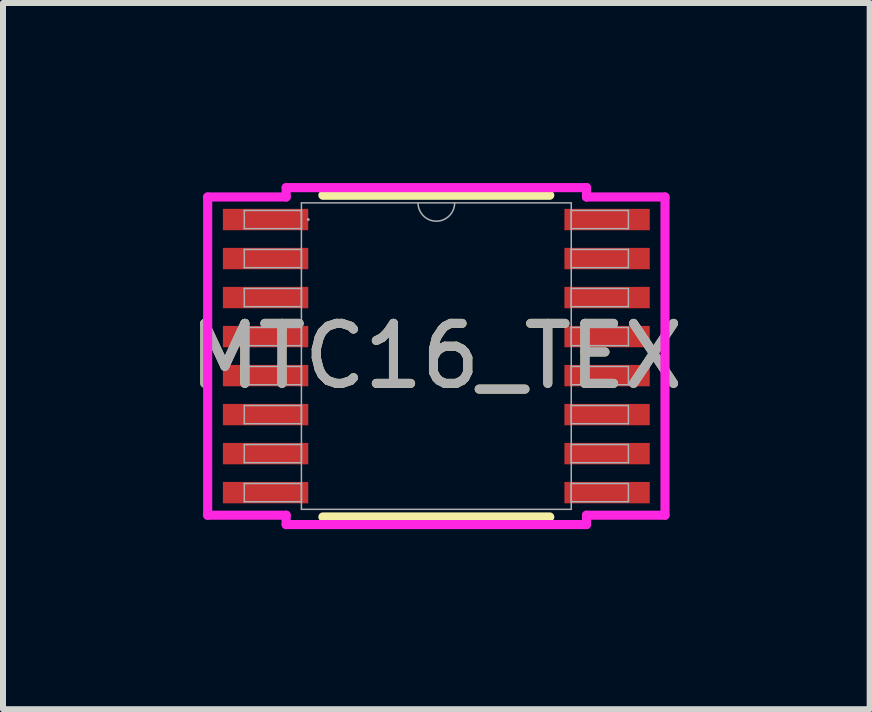
<source format=kicad_pcb>
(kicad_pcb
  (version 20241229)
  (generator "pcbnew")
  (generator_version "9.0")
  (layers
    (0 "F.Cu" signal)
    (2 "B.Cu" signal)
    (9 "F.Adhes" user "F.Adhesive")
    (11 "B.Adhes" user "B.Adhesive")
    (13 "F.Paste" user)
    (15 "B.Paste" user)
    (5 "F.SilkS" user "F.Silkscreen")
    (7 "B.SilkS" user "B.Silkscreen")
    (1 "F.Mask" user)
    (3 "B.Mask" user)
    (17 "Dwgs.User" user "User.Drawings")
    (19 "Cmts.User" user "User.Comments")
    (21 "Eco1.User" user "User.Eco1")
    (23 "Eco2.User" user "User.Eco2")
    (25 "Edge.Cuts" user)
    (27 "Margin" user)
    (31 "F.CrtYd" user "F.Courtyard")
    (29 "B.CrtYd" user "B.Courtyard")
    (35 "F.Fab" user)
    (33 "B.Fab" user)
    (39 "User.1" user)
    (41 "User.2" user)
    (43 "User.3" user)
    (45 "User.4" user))
  (footprint "MTC16_TEX"
    (layer "F.Cu")
    (at 4.22 2.883)
    (property "Reference" "MTC16_TEX" (at 0 0 0) (unlocked yes) (layer "F.SilkS") (effects (font (size 1 1) (thickness 0.15))))
    (attr smd)
    (fp_line (start -1.89 2.68) (end 1.89 2.68) (stroke (width 0.152) (type solid)) (layer "F.SilkS"))
    (fp_line (start 1.89 -2.68) (end -1.89 -2.68) (stroke (width 0.152) (type solid)) (layer "F.SilkS"))
    (fp_line (start -3.81 -2.651) (end -2.502 -2.651) (stroke (width 0.152) (type solid)) (layer "F.CrtYd"))
    (fp_line (start -3.81 2.651) (end -3.81 -2.651) (stroke (width 0.152) (type solid)) (layer "F.CrtYd"))
    (fp_line (start -3.81 2.651) (end -2.502 2.651) (stroke (width 0.152) (type solid)) (layer "F.CrtYd"))
    (fp_line (start -2.502 -2.807) (end 2.502 -2.807) (stroke (width 0.152) (type solid)) (layer "F.CrtYd"))
    (fp_line (start -2.502 -2.651) (end -2.502 -2.807) (stroke (width 0.152) (type solid)) (layer "F.CrtYd"))
    (fp_line (start -2.502 2.807) (end -2.502 2.651) (stroke (width 0.152) (type solid)) (layer "F.CrtYd"))
    (fp_line (start 2.502 -2.807) (end 2.502 -2.651) (stroke (width 0.152) (type solid)) (layer "F.CrtYd"))
    (fp_line (start 2.502 2.651) (end 2.502 2.807) (stroke (width 0.152) (type solid)) (layer "F.CrtYd"))
    (fp_line (start 2.502 2.807) (end -2.502 2.807) (stroke (width 0.152) (type solid)) (layer "F.CrtYd"))
    (fp_line (start 3.81 -2.651) (end 2.502 -2.651) (stroke (width 0.152) (type solid)) (layer "F.CrtYd"))
    (fp_line (start 3.81 -2.651) (end 3.81 2.651) (stroke (width 0.152) (type solid)) (layer "F.CrtYd"))
    (fp_line (start 3.81 2.651) (end 2.502 2.651) (stroke (width 0.152) (type solid)) (layer "F.CrtYd"))
    (fp_line (start -3.2 -2.427) (end -3.2 -2.123) (stroke (width 0.025) (type solid)) (layer "F.Fab"))
    (fp_line (start -3.2 -2.123) (end -2.248 -2.123) (stroke (width 0.025) (type solid)) (layer "F.Fab"))
    (fp_line (start -3.2 -1.777) (end -3.2 -1.473) (stroke (width 0.025) (type solid)) (layer "F.Fab"))
    (fp_line (start -3.2 -1.473) (end -2.248 -1.473) (stroke (width 0.025) (type solid)) (layer "F.Fab"))
    (fp_line (start -3.2 -1.127) (end -3.2 -0.823) (stroke (width 0.025) (type solid)) (layer "F.Fab"))
    (fp_line (start -3.2 -0.823) (end -2.248 -0.823) (stroke (width 0.025) (type solid)) (layer "F.Fab"))
    (fp_line (start -3.2 -0.477) (end -3.2 -0.173) (stroke (width 0.025) (type solid)) (layer "F.Fab"))
    (fp_line (start -3.2 -0.173) (end -2.248 -0.173) (stroke (width 0.025) (type solid)) (layer "F.Fab"))
    (fp_line (start -3.2 0.173) (end -3.2 0.477) (stroke (width 0.025) (type solid)) (layer "F.Fab"))
    (fp_line (start -3.2 0.477) (end -2.248 0.477) (stroke (width 0.025) (type solid)) (layer "F.Fab"))
    (fp_line (start -3.2 0.823) (end -3.2 1.127) (stroke (width 0.025) (type solid)) (layer "F.Fab"))
    (fp_line (start -3.2 1.127) (end -2.248 1.127) (stroke (width 0.025) (type solid)) (layer "F.Fab"))
    (fp_line (start -3.2 1.473) (end -3.2 1.777) (stroke (width 0.025) (type solid)) (layer "F.Fab"))
    (fp_line (start -3.2 1.777) (end -2.248 1.777) (stroke (width 0.025) (type solid)) (layer "F.Fab"))
    (fp_line (start -3.2 2.123) (end -3.2 2.427) (stroke (width 0.025) (type solid)) (layer "F.Fab"))
    (fp_line (start -3.2 2.427) (end -2.248 2.427) (stroke (width 0.025) (type solid)) (layer "F.Fab"))
    (fp_line (start -2.248 -2.553) (end -2.248 2.553) (stroke (width 0.025) (type solid)) (layer "F.Fab"))
    (fp_line (start -2.248 -2.427) (end -3.2 -2.427) (stroke (width 0.025) (type solid)) (layer "F.Fab"))
    (fp_line (start -2.248 -2.123) (end -2.248 -2.427) (stroke (width 0.025) (type solid)) (layer "F.Fab"))
    (fp_line (start -2.248 -1.777) (end -3.2 -1.777) (stroke (width 0.025) (type solid)) (layer "F.Fab"))
    (fp_line (start -2.248 -1.473) (end -2.248 -1.777) (stroke (width 0.025) (type solid)) (layer "F.Fab"))
    (fp_line (start -2.248 -1.127) (end -3.2 -1.127) (stroke (width 0.025) (type solid)) (layer "F.Fab"))
    (fp_line (start -2.248 -0.823) (end -2.248 -1.127) (stroke (width 0.025) (type solid)) (layer "F.Fab"))
    (fp_line (start -2.248 -0.477) (end -3.2 -0.477) (stroke (width 0.025) (type solid)) (layer "F.Fab"))
    (fp_line (start -2.248 -0.173) (end -2.248 -0.477) (stroke (width 0.025) (type solid)) (layer "F.Fab"))
    (fp_line (start -2.248 0.173) (end -3.2 0.173) (stroke (width 0.025) (type solid)) (layer "F.Fab"))
    (fp_line (start -2.248 0.477) (end -2.248 0.173) (stroke (width 0.025) (type solid)) (layer "F.Fab"))
    (fp_line (start -2.248 0.823) (end -3.2 0.823) (stroke (width 0.025) (type solid)) (layer "F.Fab"))
    (fp_line (start -2.248 1.127) (end -2.248 0.823) (stroke (width 0.025) (type solid)) (layer "F.Fab"))
    (fp_line (start -2.248 1.473) (end -3.2 1.473) (stroke (width 0.025) (type solid)) (layer "F.Fab"))
    (fp_line (start -2.248 1.777) (end -2.248 1.473) (stroke (width 0.025) (type solid)) (layer "F.Fab"))
    (fp_line (start -2.248 2.123) (end -3.2 2.123) (stroke (width 0.025) (type solid)) (layer "F.Fab"))
    (fp_line (start -2.248 2.427) (end -2.248 2.123) (stroke (width 0.025) (type solid)) (layer "F.Fab"))
    (fp_line (start -2.248 2.553) (end 2.248 2.553) (stroke (width 0.025) (type solid)) (layer "F.Fab"))
    (fp_line (start 2.248 -2.553) (end -2.248 -2.553) (stroke (width 0.025) (type solid)) (layer "F.Fab"))
    (fp_line (start 2.248 -2.427) (end 2.248 -2.123) (stroke (width 0.025) (type solid)) (layer "F.Fab"))
    (fp_line (start 2.248 -2.123) (end 3.2 -2.123) (stroke (width 0.025) (type solid)) (layer "F.Fab"))
    (fp_line (start 2.248 -1.777) (end 2.248 -1.473) (stroke (width 0.025) (type solid)) (layer "F.Fab"))
    (fp_line (start 2.248 -1.473) (end 3.2 -1.473) (stroke (width 0.025) (type solid)) (layer "F.Fab"))
    (fp_line (start 2.248 -1.127) (end 2.248 -0.823) (stroke (width 0.025) (type solid)) (layer "F.Fab"))
    (fp_line (start 2.248 -0.823) (end 3.2 -0.823) (stroke (width 0.025) (type solid)) (layer "F.Fab"))
    (fp_line (start 2.248 -0.477) (end 2.248 -0.173) (stroke (width 0.025) (type solid)) (layer "F.Fab"))
    (fp_line (start 2.248 -0.173) (end 3.2 -0.173) (stroke (width 0.025) (type solid)) (layer "F.Fab"))
    (fp_line (start 2.248 0.173) (end 2.248 0.477) (stroke (width 0.025) (type solid)) (layer "F.Fab"))
    (fp_line (start 2.248 0.477) (end 3.2 0.477) (stroke (width 0.025) (type solid)) (layer "F.Fab"))
    (fp_line (start 2.248 0.823) (end 2.248 1.127) (stroke (width 0.025) (type solid)) (layer "F.Fab"))
    (fp_line (start 2.248 1.127) (end 3.2 1.127) (stroke (width 0.025) (type solid)) (layer "F.Fab"))
    (fp_line (start 2.248 1.473) (end 2.248 1.777) (stroke (width 0.025) (type solid)) (layer "F.Fab"))
    (fp_line (start 2.248 1.777) (end 3.2 1.777) (stroke (width 0.025) (type solid)) (layer "F.Fab"))
    (fp_line (start 2.248 2.123) (end 2.248 2.427) (stroke (width 0.025) (type solid)) (layer "F.Fab"))
    (fp_line (start 2.248 2.427) (end 3.2 2.427) (stroke (width 0.025) (type solid)) (layer "F.Fab"))
    (fp_line (start 2.248 2.553) (end 2.248 -2.553) (stroke (width 0.025) (type solid)) (layer "F.Fab"))
    (fp_line (start 3.2 -2.427) (end 2.248 -2.427) (stroke (width 0.025) (type solid)) (layer "F.Fab"))
    (fp_line (start 3.2 -2.123) (end 3.2 -2.427) (stroke (width 0.025) (type solid)) (layer "F.Fab"))
    (fp_line (start 3.2 -1.777) (end 2.248 -1.777) (stroke (width 0.025) (type solid)) (layer "F.Fab"))
    (fp_line (start 3.2 -1.473) (end 3.2 -1.777) (stroke (width 0.025) (type solid)) (layer "F.Fab"))
    (fp_line (start 3.2 -1.127) (end 2.248 -1.127) (stroke (width 0.025) (type solid)) (layer "F.Fab"))
    (fp_line (start 3.2 -0.823) (end 3.2 -1.127) (stroke (width 0.025) (type solid)) (layer "F.Fab"))
    (fp_line (start 3.2 -0.477) (end 2.248 -0.477) (stroke (width 0.025) (type solid)) (layer "F.Fab"))
    (fp_line (start 3.2 -0.173) (end 3.2 -0.477) (stroke (width 0.025) (type solid)) (layer "F.Fab"))
    (fp_line (start 3.2 0.173) (end 2.248 0.173) (stroke (width 0.025) (type solid)) (layer "F.Fab"))
    (fp_line (start 3.2 0.477) (end 3.2 0.173) (stroke (width 0.025) (type solid)) (layer "F.Fab"))
    (fp_line (start 3.2 0.823) (end 2.248 0.823) (stroke (width 0.025) (type solid)) (layer "F.Fab"))
    (fp_line (start 3.2 1.127) (end 3.2 0.823) (stroke (width 0.025) (type solid)) (layer "F.Fab"))
    (fp_line (start 3.2 1.473) (end 2.248 1.473) (stroke (width 0.025) (type solid)) (layer "F.Fab"))
    (fp_line (start 3.2 1.777) (end 3.2 1.473) (stroke (width 0.025) (type solid)) (layer "F.Fab"))
    (fp_line (start 3.2 2.123) (end 2.248 2.123) (stroke (width 0.025) (type solid)) (layer "F.Fab"))
    (fp_line (start 3.2 2.427) (end 3.2 2.123) (stroke (width 0.025) (type solid)) (layer "F.Fab"))
    (fp_arc (start 0.3048 -2.5527) (mid 0 -2.2479) (end -0.3048 -2.5527) (stroke (width 0.0254) (type solid)) (layer "F.Fab"))
    (fp_circle (center -2.134 -2.275) (end -2.134 -2.275) (stroke (width 0.025) (type solid)) (fill no) (layer "F.Fab"))
    (fp_text user "${REFERENCE}" (at 0 0 0) (unlocked yes) (layer "F.Fab") (effects (font (size 1 1) (thickness 0.15))))
    (pad "1" smd rect (at -2.845 -2.275) (size 1.422 0.356) (layers "F.Cu" "F.Mask" "F.Paste"))
    (pad "2" smd rect (at -2.845 -1.625) (size 1.422 0.356) (layers "F.Cu" "F.Mask" "F.Paste"))
    (pad "3" smd rect (at -2.845 -0.975) (size 1.422 0.356) (layers "F.Cu" "F.Mask" "F.Paste"))
    (pad "4" smd rect (at -2.845 -0.325) (size 1.422 0.356) (layers "F.Cu" "F.Mask" "F.Paste"))
    (pad "5" smd rect (at -2.845 0.325) (size 1.422 0.356) (layers "F.Cu" "F.Mask" "F.Paste"))
    (pad "6" smd rect (at -2.845 0.975) (size 1.422 0.356) (layers "F.Cu" "F.Mask" "F.Paste"))
    (pad "7" smd rect (at -2.845 1.625) (size 1.422 0.356) (layers "F.Cu" "F.Mask" "F.Paste"))
    (pad "8" smd rect (at -2.845 2.275) (size 1.422 0.356) (layers "F.Cu" "F.Mask" "F.Paste"))
    (pad "9" smd rect (at 2.845 2.275) (size 1.422 0.356) (layers "F.Cu" "F.Mask" "F.Paste"))
    (pad "10" smd rect (at 2.845 1.625) (size 1.422 0.356) (layers "F.Cu" "F.Mask" "F.Paste"))
    (pad "11" smd rect (at 2.845 0.975) (size 1.422 0.356) (layers "F.Cu" "F.Mask" "F.Paste"))
    (pad "12" smd rect (at 2.845 0.325) (size 1.422 0.356) (layers "F.Cu" "F.Mask" "F.Paste"))
    (pad "13" smd rect (at 2.845 -0.325) (size 1.422 0.356) (layers "F.Cu" "F.Mask" "F.Paste"))
    (pad "14" smd rect (at 2.845 -0.975) (size 1.422 0.356) (layers "F.Cu" "F.Mask" "F.Paste"))
    (pad "15" smd rect (at 2.845 -1.625) (size 1.422 0.356) (layers "F.Cu" "F.Mask" "F.Paste"))
    (pad "16" smd rect (at 2.845 -2.275) (size 1.422 0.356) (layers "F.Cu" "F.Mask" "F.Paste")))
  (gr_rect
    (start -3 -3)
    (end 11.44 8.766)
    (stroke (width 0.1) (type default))
    (fill no)
    (layer "Edge.Cuts")))
</source>
